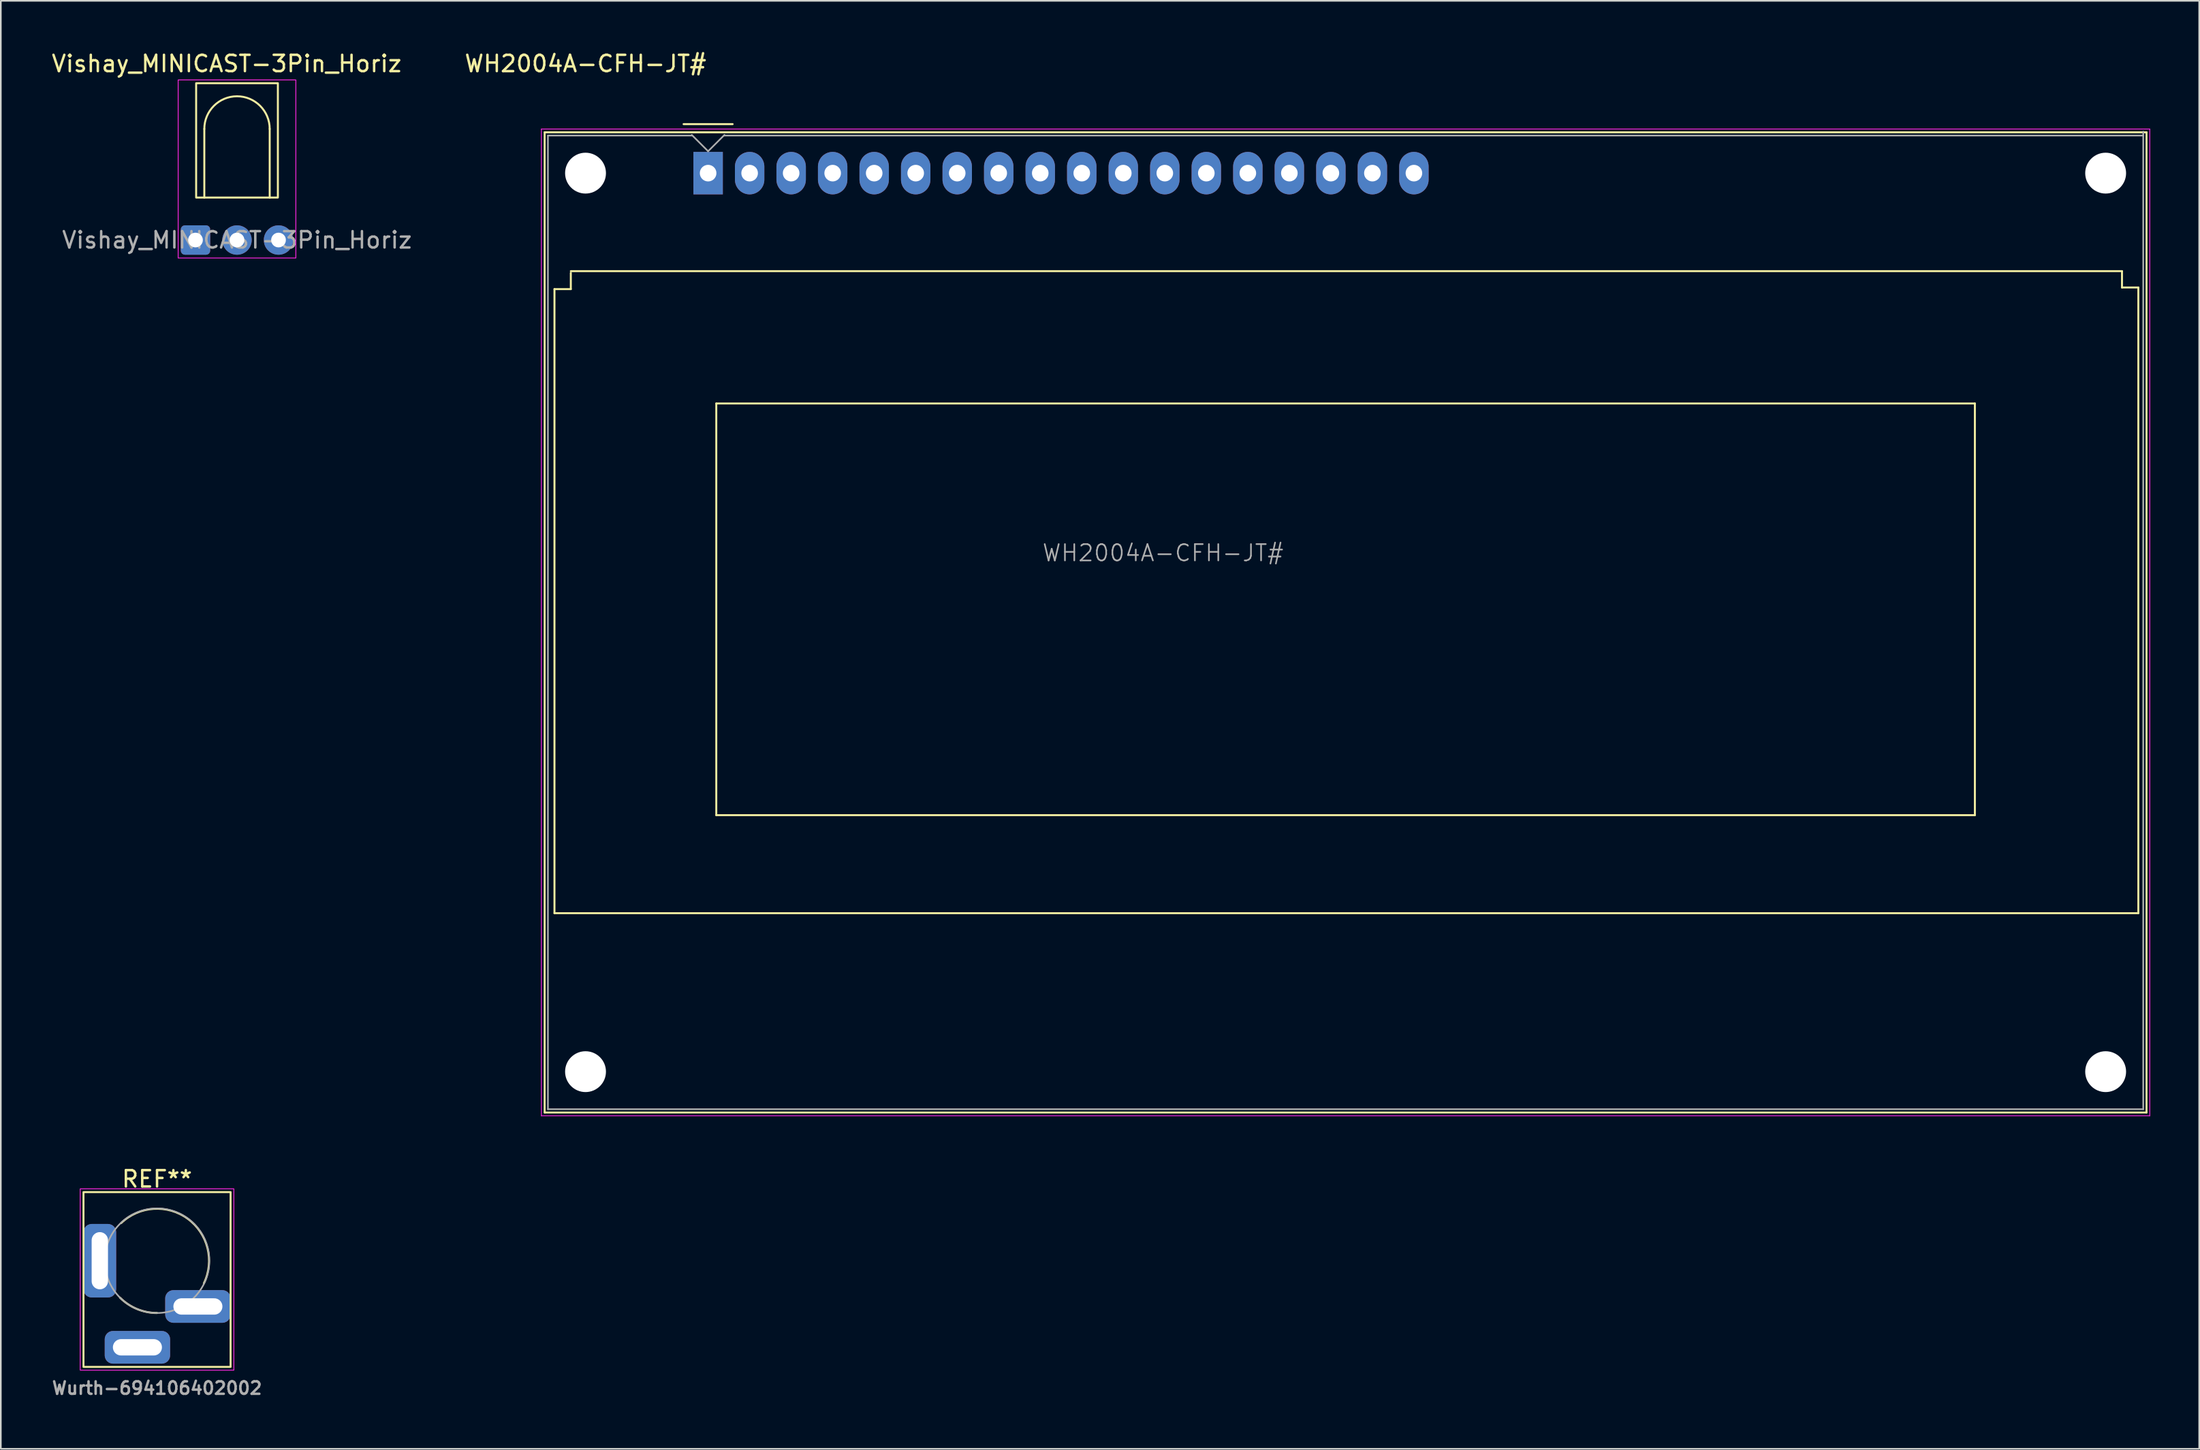
<source format=kicad_pcb>
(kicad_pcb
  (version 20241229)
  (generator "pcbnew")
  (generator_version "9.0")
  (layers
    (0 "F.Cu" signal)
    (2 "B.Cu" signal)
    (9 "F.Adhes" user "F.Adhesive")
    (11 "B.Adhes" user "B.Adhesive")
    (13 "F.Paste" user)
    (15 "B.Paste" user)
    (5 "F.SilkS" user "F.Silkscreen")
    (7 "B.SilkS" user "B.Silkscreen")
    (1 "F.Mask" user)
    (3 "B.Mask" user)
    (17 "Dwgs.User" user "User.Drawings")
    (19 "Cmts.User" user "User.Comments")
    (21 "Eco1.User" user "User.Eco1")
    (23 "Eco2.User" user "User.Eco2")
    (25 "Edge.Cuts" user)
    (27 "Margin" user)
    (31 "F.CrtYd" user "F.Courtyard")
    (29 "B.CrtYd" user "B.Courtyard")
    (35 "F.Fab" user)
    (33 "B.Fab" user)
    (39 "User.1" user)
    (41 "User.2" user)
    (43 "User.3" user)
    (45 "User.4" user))
  (footprint "Vishay_MINICAST-3Pin_Horiz"
    (layer "F.Cu")
    (at 8.91 11.643)
    (property "Reference" "Vishay_MINICAST-3Pin_Horiz" (at 1.905 -10.795 180) (layer "F.SilkS") (effects (font (size 1 1) (thickness 0.15))))
    (attr through_hole)
    (fp_line (start 0.54 -2.6) (end 0.54 -6.8) (stroke (width 0.12) (type solid)) (layer "F.SilkS"))
    (fp_line (start 4.54 -2.6) (end 4.54 -6.8) (stroke (width 0.12) (type solid)) (layer "F.SilkS"))
    (fp_rect (start 0.04 -9.6) (end 5.04 -2.6) (stroke (width 0.12) (type solid)) (fill no) (layer "F.SilkS"))
    (fp_arc (start 0.54 -6.8) (mid 2.54 -8.8) (end 4.54 -6.8) (stroke (width 0.12) (type solid)) (layer "F.SilkS"))
    (fp_rect (start -1.06 -9.8) (end 6.14 1.1) (stroke (width 0.05) (type solid)) (fill no) (layer "F.CrtYd"))
    (fp_text user "${REFERENCE}" (at 2.54 0 0) (layer "F.Fab") (effects (font (size 1 1) (thickness 0.15))))
    (pad "1" thru_hole roundrect (at 0 0) (size 1.8 1.8) (drill 0.9) (layers "*.Cu" "*.Mask") (roundrect_rratio 0.139))
    (pad "2" thru_hole circle (at 2.54 0) (size 1.8 1.8) (drill 0.9) (layers "*.Cu" "*.Mask"))
    (pad "3" thru_hole circle (at 5.08 0) (size 1.8 1.8) (drill 0.9) (layers "*.Cu" "*.Mask")))
  (footprint "Wurth-694106402002"
    (layer "F.Cu")
    (at 6.557 74.121)
    (property "Reference" "Wurth-694106402002" (at 0 7.8 0) (layer "F.Fab") (effects (font (size 0.762 0.762) (thickness 0.152))))
    (attr through_hole)
    (fp_rect (start -4.5 6.5) (end 4.5 -4.2) (stroke (width 0.12) (type solid)) (fill no) (layer "F.SilkS"))
    (fp_arc (start -2.2 -2.3) (mid 1.871735 -2.57422) (end 2.866245 1.383705) (stroke (width 0.12) (type solid)) (layer "F.SilkS"))
    (fp_arc (start 0 3.2) (mid -1.224587 2.956415) (end -2.262742 2.262742) (stroke (width 0.12) (type solid)) (layer "F.SilkS"))
    (fp_rect (start -4.7 -4.4) (end 4.7 6.7) (stroke (width 0.05) (type solid)) (fill no) (layer "F.CrtYd"))
    (fp_circle (center 0 0) (end 3.2 0) (stroke (width 0.1) (type solid)) (fill no) (layer "F.Fab"))
    (fp_text user "REF**" (at 0 -5 0) (unlocked yes) (layer "F.SilkS") (effects (font (size 1 1) (thickness 0.15))))
    (pad "1" thru_hole roundrect (at -3.5 0 90) (size 4.5 2) (drill oval 3.5 1) (layers "*.Cu" "*.Mask") (roundrect_rratio 0.25))
    (pad "2" thru_hole roundrect (at -1.2 5.3) (size 4 2) (drill oval 3 1) (layers "*.Cu" "*.Mask") (roundrect_rratio 0.25))
    (pad "3" thru_hole roundrect (at 2.5 2.8) (size 4 2) (drill oval 3 1) (layers "*.Cu" "*.Mask") (roundrect_rratio 0.25))
    (zone (net_name "") (layer "F.Cu") (hatch edge 0.508) (connect_pads) (min_thickness 0.254) (filled_areas_thickness no) (keepout (tracks not_allowed) (vias not_allowed) (pads not_allowed) (copperpour not_allowed) (footprints allowed)) (placement (enabled no)) (fill) (polygon (pts (xy 8.362 74.121) (xy 8.342 73.855) (xy 8.283 73.594) (xy 8.186 73.344) (xy 8.053 73.112) (xy 7.888 72.902) (xy 7.693 72.719) (xy 7.473 72.566) (xy 7.233 72.448) (xy 6.978 72.366) (xy 6.714 72.323) (xy 6.447 72.32) (xy 6.182 72.356) (xy 5.925 72.431) (xy 5.682 72.543) (xy 5.458 72.689) (xy 5.258 72.868) (xy 5.087 73.073) (xy 4.949 73.302) (xy 4.845 73.549) (xy 4.779 73.808) (xy 4.752 74.074) (xy 4.765 74.341) (xy 4.817 74.604) (xy 4.908 74.856) (xy 5.034 75.091) (xy 5.195 75.306) (xy 5.385 75.494) (xy 5.6 75.652) (xy 5.837 75.777) (xy 6.09 75.865) (xy 6.352 75.915) (xy 6.62 75.925) (xy 6.886 75.896) (xy 7.144 75.828) (xy 7.39 75.723) (xy 7.618 75.582) (xy 7.822 75.409) (xy 7.998 75.208) (xy 8.143 74.983) (xy 8.253 74.739) (xy 8.326 74.481) (xy 8.359 74.216)))))
  (footprint "WH2004A-CFH-JT#"
    (layer "F.Cu")
    (at 40.272 7.548)
    (property "Reference" "WH2004A-CFH-JT#" (at -7.5 -6.7 0) (layer "F.SilkS") (effects (font (size 1 1) (thickness 0.15))))
    (attr smd)
    (fp_line (start -10 -2.5) (end 88 -2.5) (stroke (width 0.12) (type solid)) (layer "F.SilkS"))
    (fp_line (start -10 57.5) (end -10 -2.5) (stroke (width 0.12) (type solid)) (layer "F.SilkS"))
    (fp_line (start -9.4 7.1) (end -8.4 7.1) (stroke (width 0.12) (type solid)) (layer "F.SilkS"))
    (fp_line (start -9.4 45.3) (end -9.4 7.1) (stroke (width 0.12) (type solid)) (layer "F.SilkS"))
    (fp_line (start -8.4 6) (end 86.5 6) (stroke (width 0.12) (type solid)) (layer "F.SilkS"))
    (fp_line (start -8.4 7.1) (end -8.4 6.1) (stroke (width 0.12) (type solid)) (layer "F.SilkS"))
    (fp_line (start -1.5 -3) (end 1.5 -3) (stroke (width 0.12) (type solid)) (layer "F.SilkS"))
    (fp_line (start 0.5 14.1) (end 77.5 14.1) (stroke (width 0.12) (type solid)) (layer "F.SilkS"))
    (fp_line (start 0.5 39.3) (end 0.5 14.1) (stroke (width 0.12) (type solid)) (layer "F.SilkS"))
    (fp_line (start 77.5 14.1) (end 77.5 39.3) (stroke (width 0.12) (type solid)) (layer "F.SilkS"))
    (fp_line (start 77.5 39.3) (end 0.5 39.3) (stroke (width 0.12) (type solid)) (layer "F.SilkS"))
    (fp_line (start 86.5 6) (end 86.5 7) (stroke (width 0.12) (type solid)) (layer "F.SilkS"))
    (fp_line (start 86.5 7) (end 87.5 7) (stroke (width 0.12) (type solid)) (layer "F.SilkS"))
    (fp_line (start 87.5 7) (end 87.5 45.3) (stroke (width 0.12) (type solid)) (layer "F.SilkS"))
    (fp_line (start 87.5 45.3) (end -9.4 45.3) (stroke (width 0.12) (type solid)) (layer "F.SilkS"))
    (fp_line (start 88 -2.5) (end 88 57.5) (stroke (width 0.12) (type solid)) (layer "F.SilkS"))
    (fp_line (start 88 57.5) (end -10 57.5) (stroke (width 0.12) (type solid)) (layer "F.SilkS"))
    (fp_line (start -10.2 -2.7) (end 88.2 -2.7) (stroke (width 0.05) (type solid)) (layer "F.CrtYd"))
    (fp_line (start -10.2 57.7) (end -10.2 -2.7) (stroke (width 0.05) (type solid)) (layer "F.CrtYd"))
    (fp_line (start 88.2 -2.7) (end 88.2 57.7) (stroke (width 0.05) (type solid)) (layer "F.CrtYd"))
    (fp_line (start 88.2 57.7) (end -10.2 57.7) (stroke (width 0.05) (type solid)) (layer "F.CrtYd"))
    (fp_line (start -9.8 -2.3) (end -9.8 57.3) (stroke (width 0.1) (type solid)) (layer "F.Fab"))
    (fp_line (start -9.8 57.3) (end 87.8 57.3) (stroke (width 0.1) (type solid)) (layer "F.Fab"))
    (fp_line (start -1 -2.3) (end -9.8 -2.3) (stroke (width 0.1) (type solid)) (layer "F.Fab"))
    (fp_line (start 0 -1.34) (end -1 -2.34) (stroke (width 0.1) (type solid)) (layer "F.Fab"))
    (fp_line (start 1 -2.34) (end 0 -1.34) (stroke (width 0.1) (type solid)) (layer "F.Fab"))
    (fp_line (start 1 -2.3) (end 87.8 -2.3) (stroke (width 0.1) (type solid)) (layer "F.Fab"))
    (fp_line (start 87.8 -2.54) (end 87.8 57.3) (stroke (width 0.1) (type solid)) (layer "F.Fab"))
    (fp_text user "${REFERENCE}" (at 27.83 23.25 0) (layer "F.Fab") (effects (font (size 1 1) (thickness 0.1))))
    (pad "" np_thru_hole circle (at -7.5 0 180) (size 2.5 2.5) (drill 2.5) (layers "*.Cu" "*.Mask"))
    (pad "" np_thru_hole circle (at -7.5 55 180) (size 2.5 2.5) (drill 2.5) (layers "*.Cu" "*.Mask"))
    (pad "" np_thru_hole circle (at 85.5 0 180) (size 2.5 2.5) (drill 2.5) (layers "*.Cu" "*.Mask"))
    (pad "" np_thru_hole circle (at 85.5 55 180) (size 2.5 2.5) (drill 2.5) (layers "*.Cu" "*.Mask"))
    (pad "1" thru_hole rect (at 0 0 180) (size 1.8 2.6) (drill 1.016) (layers "*.Cu" "*.Mask"))
    (pad "2" thru_hole oval (at 2.54 0 180) (size 1.8 2.6) (drill 1.016) (layers "*.Cu" "*.Mask"))
    (pad "3" thru_hole oval (at 5.08 0 180) (size 1.8 2.6) (drill 1.016) (layers "*.Cu" "*.Mask"))
    (pad "4" thru_hole oval (at 7.62 0 180) (size 1.8 2.6) (drill 1.016) (layers "*.Cu" "*.Mask"))
    (pad "5" thru_hole oval (at 10.16 0 180) (size 1.8 2.6) (drill 1.016) (layers "*.Cu" "*.Mask"))
    (pad "6" thru_hole oval (at 12.7 0 180) (size 1.8 2.6) (drill 1.016) (layers "*.Cu" "*.Mask"))
    (pad "7" thru_hole oval (at 15.24 0 180) (size 1.8 2.6) (drill 1.016) (layers "*.Cu" "*.Mask"))
    (pad "8" thru_hole oval (at 17.78 0 180) (size 1.8 2.6) (drill 1.016) (layers "*.Cu" "*.Mask"))
    (pad "9" thru_hole oval (at 20.32 0 180) (size 1.8 2.6) (drill 1.016) (layers "*.Cu" "*.Mask"))
    (pad "10" thru_hole oval (at 22.86 0 180) (size 1.8 2.6) (drill 1.016) (layers "*.Cu" "*.Mask"))
    (pad "11" thru_hole oval (at 25.4 0 180) (size 1.8 2.6) (drill 1.016) (layers "*.Cu" "*.Mask"))
    (pad "12" thru_hole oval (at 27.94 0 180) (size 1.8 2.6) (drill 1.016) (layers "*.Cu" "*.Mask"))
    (pad "13" thru_hole oval (at 30.48 0 180) (size 1.8 2.6) (drill 1.016) (layers "*.Cu" "*.Mask"))
    (pad "14" thru_hole oval (at 33.02 0 180) (size 1.8 2.6) (drill 1.016) (layers "*.Cu" "*.Mask"))
    (pad "15" thru_hole oval (at 35.56 0 180) (size 1.8 2.6) (drill 1.016) (layers "*.Cu" "*.Mask"))
    (pad "16" thru_hole oval (at 38.1 0 180) (size 1.8 2.6) (drill 1.016) (layers "*.Cu" "*.Mask"))
    (pad "17" thru_hole oval (at 40.64 0 180) (size 1.8 2.6) (drill 1.016) (layers "*.Cu" "*.Mask"))
    (pad "18" thru_hole oval (at 43.18 0 180) (size 1.8 2.6) (drill 1.016) (layers "*.Cu" "*.Mask")))
  (gr_rect
    (start -3 -3)
    (end 131.497 85.635)
    (stroke (width 0.1) (type default))
    (fill no)
    (layer "Edge.Cuts")))
</source>
